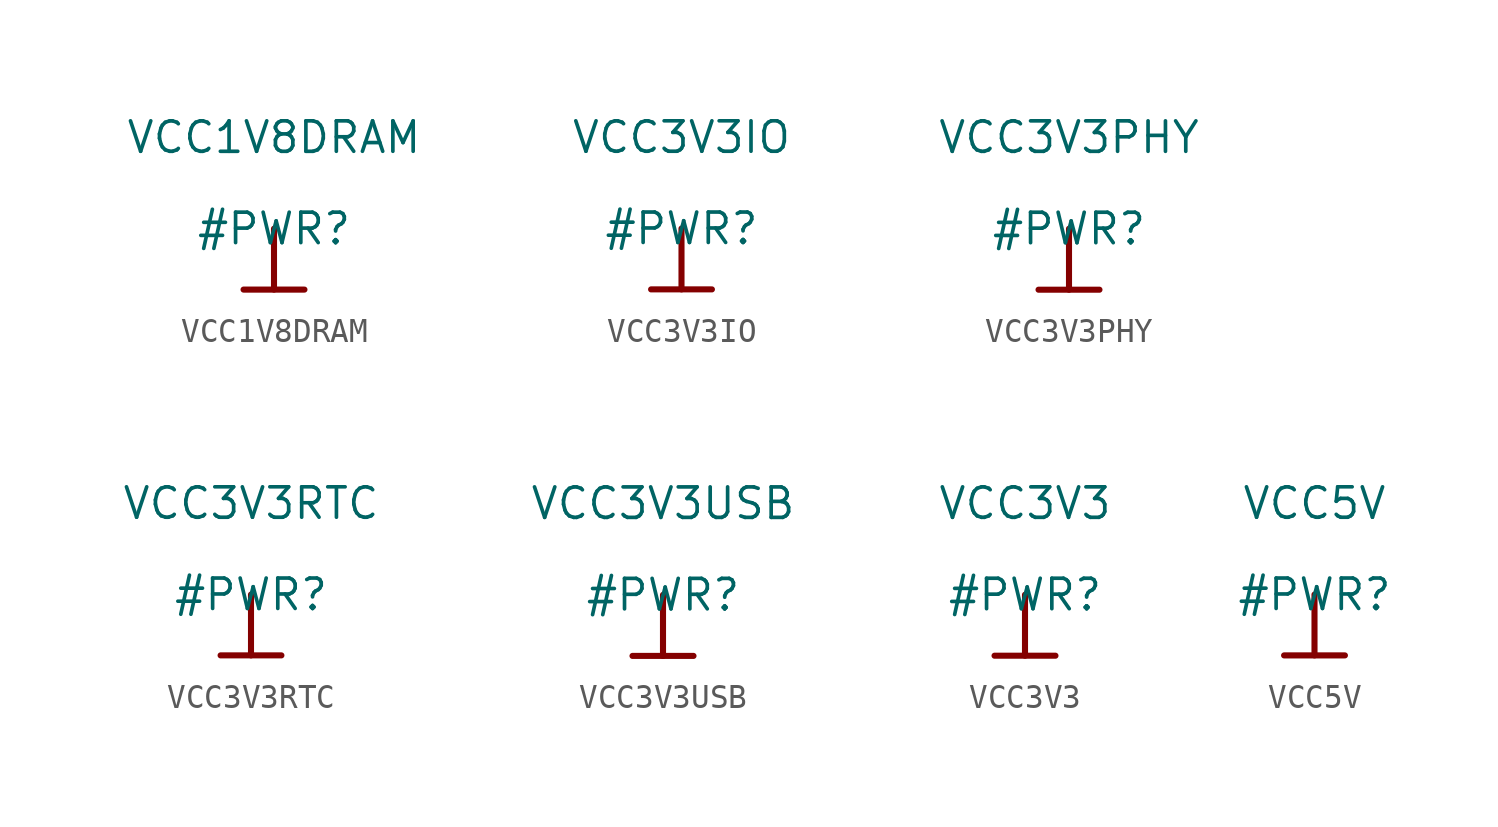
<source format=kicad_sym>
(kicad_symbol_lib
  (version 20211014)
  (generator kicad_symbol_editor)
  (symbol "VCC1V8DRAM"
    (power)
    (property "Reference" "#PWR"
      (at 0 0 0)
      (effects (font (size 1.27 1.27))))
    (property "Value" "VCC1V8DRAM"
      (at 0 3.81 0)
      (effects (font (size 1.27 1.27))))
    (symbol "VCC1V8DRAM_0_0"
      (polyline (pts (xy -1.27 -2.54) (xy 1.27 -2.54)) (stroke (width 0.254) (type default) (color 0 0 0 0)) (fill (type none)))
      (polyline (pts (xy 0 0) (xy 0 -2.54)) (stroke (width 0.254) (type default) (color 0 0 0 0)) (fill (type none)))
      (pin power_in line (at 0 0 0) (length 0) hide (name "VCC1V8DRAM" (effects (font (size 1.27 1.27)))) (number "" (effects (font (size 1.27 1.27)))))))
  (symbol "VCC3V3IO"
    (power)
    (property "Reference" "#PWR"
      (at 0 0 0)
      (effects (font (size 1.27 1.27))))
    (property "Value" "VCC3V3IO"
      (at 0 3.81 0)
      (effects (font (size 1.27 1.27))))
    (symbol "VCC3V3IO_0_0"
      (polyline (pts (xy -1.27 -2.54) (xy 1.27 -2.54)) (stroke (width 0.254) (type default) (color 0 0 0 0)) (fill (type none)))
      (polyline (pts (xy 0 0) (xy 0 -2.54)) (stroke (width 0.254) (type default) (color 0 0 0 0)) (fill (type none)))
      (pin power_in line (at 0 0 0) (length 0) hide (name "VCC3V3IO" (effects (font (size 1.27 1.27)))) (number "" (effects (font (size 1.27 1.27)))))))
  (symbol "VCC3V3PHY"
    (power)
    (property "Reference" "#PWR"
      (at 0 0 0)
      (effects (font (size 1.27 1.27))))
    (property "Value" "VCC3V3PHY"
      (at 0 3.81 0)
      (effects (font (size 1.27 1.27))))
    (symbol "VCC3V3PHY_0_0"
      (polyline (pts (xy -1.27 -2.54) (xy 1.27 -2.54)) (stroke (width 0.254) (type default) (color 0 0 0 0)) (fill (type none)))
      (polyline (pts (xy 0 0) (xy 0 -2.54)) (stroke (width 0.254) (type default) (color 0 0 0 0)) (fill (type none)))
      (pin power_in line (at 0 0 0) (length 0) hide (name "VCC3V3PHY" (effects (font (size 1.27 1.27)))) (number "" (effects (font (size 1.27 1.27)))))))
  (symbol "VCC3V3RTC"
    (power)
    (property "Reference" "#PWR"
      (at 0 0 0)
      (effects (font (size 1.27 1.27))))
    (property "Value" "VCC3V3RTC"
      (at 0 3.81 0)
      (effects (font (size 1.27 1.27))))
    (symbol "VCC3V3RTC_0_0"
      (polyline (pts (xy -1.27 -2.54) (xy 1.27 -2.54)) (stroke (width 0.254) (type default) (color 0 0 0 0)) (fill (type none)))
      (polyline (pts (xy 0 0) (xy 0 -2.54)) (stroke (width 0.254) (type default) (color 0 0 0 0)) (fill (type none)))
      (pin power_in line (at 0 0 0) (length 0) hide (name "VCC3V3RTC" (effects (font (size 1.27 1.27)))) (number "" (effects (font (size 1.27 1.27)))))))
  (symbol "VCC3V3USB"
    (power)
    (property "Reference" "#PWR"
      (at 0 0 0)
      (effects (font (size 1.27 1.27))))
    (property "Value" "VCC3V3USB"
      (at 0 3.81 0)
      (effects (font (size 1.27 1.27))))
    (symbol "VCC3V3USB_0_0"
      (polyline (pts (xy -1.27 -2.54) (xy 1.27 -2.54)) (stroke (width 0.254) (type default) (color 0 0 0 0)) (fill (type none)))
      (polyline (pts (xy 0 0) (xy 0 -2.54)) (stroke (width 0.254) (type default) (color 0 0 0 0)) (fill (type none)))
      (pin power_in line (at 0 0 0) (length 0) hide (name "VCC3V3USB" (effects (font (size 1.27 1.27)))) (number "" (effects (font (size 1.27 1.27)))))))
  (symbol "VCC3V3"
    (power)
    (property "Reference" "#PWR"
      (at 0 0 0)
      (effects (font (size 1.27 1.27))))
    (property "Value" "VCC3V3"
      (at 0 3.81 0)
      (effects (font (size 1.27 1.27))))
    (symbol "VCC3V3_0_0"
      (polyline (pts (xy -1.27 -2.54) (xy 1.27 -2.54)) (stroke (width 0.254) (type default) (color 0 0 0 0)) (fill (type none)))
      (polyline (pts (xy 0 0) (xy 0 -2.54)) (stroke (width 0.254) (type default) (color 0 0 0 0)) (fill (type none)))
      (pin power_in line (at 0 0 0) (length 0) hide (name "VCC3V3" (effects (font (size 1.27 1.27)))) (number "" (effects (font (size 1.27 1.27)))))))
  (symbol "VCC5V"
    (power)
    (property "Reference" "#PWR"
      (at 0 0 0)
      (effects (font (size 1.27 1.27))))
    (property "Value" "VCC5V"
      (at 0 3.81 0)
      (effects (font (size 1.27 1.27))))
    (symbol "VCC5V_0_0"
      (polyline (pts (xy -1.27 -2.54) (xy 1.27 -2.54)) (stroke (width 0.254) (type default) (color 0 0 0 0)) (fill (type none)))
      (polyline (pts (xy 0 0) (xy 0 -2.54)) (stroke (width 0.254) (type default) (color 0 0 0 0)) (fill (type none)))
      (pin power_in line (at 0 0 0) (length 0) hide (name "VCC5V" (effects (font (size 1.27 1.27)))) (number "" (effects (font (size 1.27 1.27))))))))
</source>
